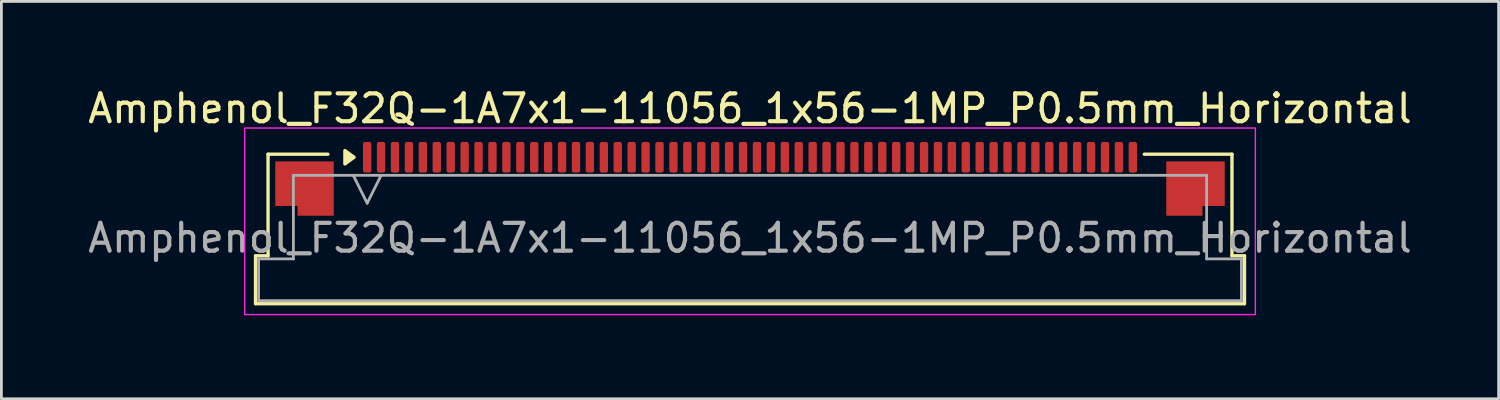
<source format=kicad_pcb>
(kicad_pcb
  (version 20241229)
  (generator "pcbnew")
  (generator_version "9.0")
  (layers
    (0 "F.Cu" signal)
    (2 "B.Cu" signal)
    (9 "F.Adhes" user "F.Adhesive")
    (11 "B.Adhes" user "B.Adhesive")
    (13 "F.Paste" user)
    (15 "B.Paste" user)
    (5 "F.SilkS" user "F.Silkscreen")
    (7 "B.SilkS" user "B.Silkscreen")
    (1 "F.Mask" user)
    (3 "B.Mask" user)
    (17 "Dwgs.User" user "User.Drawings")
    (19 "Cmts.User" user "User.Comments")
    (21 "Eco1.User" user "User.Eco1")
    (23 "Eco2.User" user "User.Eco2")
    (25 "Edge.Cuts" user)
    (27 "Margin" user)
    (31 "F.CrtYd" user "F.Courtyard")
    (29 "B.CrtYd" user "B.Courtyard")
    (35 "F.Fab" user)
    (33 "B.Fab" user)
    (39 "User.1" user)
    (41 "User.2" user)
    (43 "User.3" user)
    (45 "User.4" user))
  (footprint "Amphenol_F32Q-1A7x1-11056_1x56-1MP_P0.5mm_Horizontal"
    (layer "F.Cu")
    (at 23.887 5.498)
    (property "Reference" "Amphenol_F32Q-1A7x1-11056_1x56-1MP_P0.5mm_Horizontal" (at 0 -4.65 0) (layer "F.SilkS") (effects (font (size 1 1) (thickness 0.15))))
    (attr smd)
    (fp_line (start -17.76 0.64) (end -17.31 0.64) (stroke (width 0.12) (type solid)) (layer "F.SilkS"))
    (fp_line (start -17.76 2.36) (end -17.76 0.64) (stroke (width 0.12) (type solid)) (layer "F.SilkS"))
    (fp_line (start -17.31 -3.01) (end -15.16 -3.01) (stroke (width 0.12) (type solid)) (layer "F.SilkS"))
    (fp_line (start -17.31 0.64) (end -17.31 -3.01) (stroke (width 0.12) (type solid)) (layer "F.SilkS"))
    (fp_line (start 14.16 -3.01) (end 17.31 -3.01) (stroke (width 0.12) (type solid)) (layer "F.SilkS"))
    (fp_line (start 17.31 -3.01) (end 17.31 0.64) (stroke (width 0.12) (type solid)) (layer "F.SilkS"))
    (fp_line (start 17.31 0.64) (end 17.76 0.64) (stroke (width 0.12) (type solid)) (layer "F.SilkS"))
    (fp_line (start 17.76 0.64) (end 17.76 2.36) (stroke (width 0.12) (type solid)) (layer "F.SilkS"))
    (fp_line (start 17.76 2.36) (end -17.76 2.36) (stroke (width 0.12) (type solid)) (layer "F.SilkS"))
    (fp_poly (pts (xy -14.22 -2.9) (xy -14.55 -2.66) (xy -14.55 -3.14)) (stroke (width 0.12) (type solid)) (fill yes) (layer "F.SilkS"))
    (fp_rect (start -18.15 -3.95) (end 18.15 2.75) (stroke (width 0.05) (type solid)) (fill no) (layer "F.CrtYd"))
    (fp_line (start -17.65 0.75) (end -16.4 0.75) (stroke (width 0.1) (type solid)) (layer "F.Fab"))
    (fp_line (start -17.65 2.25) (end -17.65 0.75) (stroke (width 0.1) (type solid)) (layer "F.Fab"))
    (fp_line (start -16.4 -2.25) (end 16.4 -2.25) (stroke (width 0.1) (type solid)) (layer "F.Fab"))
    (fp_line (start -16.4 0.75) (end -16.4 -2.25) (stroke (width 0.1) (type solid)) (layer "F.Fab"))
    (fp_line (start -14.25 -2.25) (end -13.75 -1.25) (stroke (width 0.1) (type solid)) (layer "F.Fab"))
    (fp_line (start -13.75 -1.25) (end -13.25 -2.25) (stroke (width 0.1) (type solid)) (layer "F.Fab"))
    (fp_line (start 16.4 -2.25) (end 16.4 0.75) (stroke (width 0.1) (type solid)) (layer "F.Fab"))
    (fp_line (start 16.4 0.75) (end 17.65 0.75) (stroke (width 0.1) (type solid)) (layer "F.Fab"))
    (fp_line (start 17.65 0.75) (end 17.65 2.25) (stroke (width 0.1) (type solid)) (layer "F.Fab"))
    (fp_line (start 17.65 2.25) (end -17.65 2.25) (stroke (width 0.1) (type solid)) (layer "F.Fab"))
    (fp_text user "${REFERENCE}" (at 0 0 0) (layer "F.Fab") (effects (font (size 1 1) (thickness 0.15))))
    (pad "1" smd roundrect (at -13.75 -2.9) (size 0.3 1.1) (layers "F.Cu" "F.Mask" "F.Paste") (roundrect_rratio 0.25))
    (pad "2" smd roundrect (at -13.25 -2.9) (size 0.3 1.1) (layers "F.Cu" "F.Mask" "F.Paste") (roundrect_rratio 0.25))
    (pad "3" smd roundrect (at -12.75 -2.9) (size 0.3 1.1) (layers "F.Cu" "F.Mask" "F.Paste") (roundrect_rratio 0.25))
    (pad "4" smd roundrect (at -12.25 -2.9) (size 0.3 1.1) (layers "F.Cu" "F.Mask" "F.Paste") (roundrect_rratio 0.25))
    (pad "5" smd roundrect (at -11.75 -2.9) (size 0.3 1.1) (layers "F.Cu" "F.Mask" "F.Paste") (roundrect_rratio 0.25))
    (pad "6" smd roundrect (at -11.25 -2.9) (size 0.3 1.1) (layers "F.Cu" "F.Mask" "F.Paste") (roundrect_rratio 0.25))
    (pad "7" smd roundrect (at -10.75 -2.9) (size 0.3 1.1) (layers "F.Cu" "F.Mask" "F.Paste") (roundrect_rratio 0.25))
    (pad "8" smd roundrect (at -10.25 -2.9) (size 0.3 1.1) (layers "F.Cu" "F.Mask" "F.Paste") (roundrect_rratio 0.25))
    (pad "9" smd roundrect (at -9.75 -2.9) (size 0.3 1.1) (layers "F.Cu" "F.Mask" "F.Paste") (roundrect_rratio 0.25))
    (pad "10" smd roundrect (at -9.25 -2.9) (size 0.3 1.1) (layers "F.Cu" "F.Mask" "F.Paste") (roundrect_rratio 0.25))
    (pad "11" smd roundrect (at -8.75 -2.9) (size 0.3 1.1) (layers "F.Cu" "F.Mask" "F.Paste") (roundrect_rratio 0.25))
    (pad "12" smd roundrect (at -8.25 -2.9) (size 0.3 1.1) (layers "F.Cu" "F.Mask" "F.Paste") (roundrect_rratio 0.25))
    (pad "13" smd roundrect (at -7.75 -2.9) (size 0.3 1.1) (layers "F.Cu" "F.Mask" "F.Paste") (roundrect_rratio 0.25))
    (pad "14" smd roundrect (at -7.25 -2.9) (size 0.3 1.1) (layers "F.Cu" "F.Mask" "F.Paste") (roundrect_rratio 0.25))
    (pad "15" smd roundrect (at -6.75 -2.9) (size 0.3 1.1) (layers "F.Cu" "F.Mask" "F.Paste") (roundrect_rratio 0.25))
    (pad "16" smd roundrect (at -6.25 -2.9) (size 0.3 1.1) (layers "F.Cu" "F.Mask" "F.Paste") (roundrect_rratio 0.25))
    (pad "17" smd roundrect (at -5.75 -2.9) (size 0.3 1.1) (layers "F.Cu" "F.Mask" "F.Paste") (roundrect_rratio 0.25))
    (pad "18" smd roundrect (at -5.25 -2.9) (size 0.3 1.1) (layers "F.Cu" "F.Mask" "F.Paste") (roundrect_rratio 0.25))
    (pad "19" smd roundrect (at -4.75 -2.9) (size 0.3 1.1) (layers "F.Cu" "F.Mask" "F.Paste") (roundrect_rratio 0.25))
    (pad "20" smd roundrect (at -4.25 -2.9) (size 0.3 1.1) (layers "F.Cu" "F.Mask" "F.Paste") (roundrect_rratio 0.25))
    (pad "21" smd roundrect (at -3.75 -2.9) (size 0.3 1.1) (layers "F.Cu" "F.Mask" "F.Paste") (roundrect_rratio 0.25))
    (pad "22" smd roundrect (at -3.25 -2.9) (size 0.3 1.1) (layers "F.Cu" "F.Mask" "F.Paste") (roundrect_rratio 0.25))
    (pad "23" smd roundrect (at -2.75 -2.9) (size 0.3 1.1) (layers "F.Cu" "F.Mask" "F.Paste") (roundrect_rratio 0.25))
    (pad "24" smd roundrect (at -2.25 -2.9) (size 0.3 1.1) (layers "F.Cu" "F.Mask" "F.Paste") (roundrect_rratio 0.25))
    (pad "25" smd roundrect (at -1.75 -2.9) (size 0.3 1.1) (layers "F.Cu" "F.Mask" "F.Paste") (roundrect_rratio 0.25))
    (pad "26" smd roundrect (at -1.25 -2.9) (size 0.3 1.1) (layers "F.Cu" "F.Mask" "F.Paste") (roundrect_rratio 0.25))
    (pad "27" smd roundrect (at -0.75 -2.9) (size 0.3 1.1) (layers "F.Cu" "F.Mask" "F.Paste") (roundrect_rratio 0.25))
    (pad "28" smd roundrect (at -0.25 -2.9) (size 0.3 1.1) (layers "F.Cu" "F.Mask" "F.Paste") (roundrect_rratio 0.25))
    (pad "29" smd roundrect (at 0.25 -2.9) (size 0.3 1.1) (layers "F.Cu" "F.Mask" "F.Paste") (roundrect_rratio 0.25))
    (pad "30" smd roundrect (at 0.75 -2.9) (size 0.3 1.1) (layers "F.Cu" "F.Mask" "F.Paste") (roundrect_rratio 0.25))
    (pad "31" smd roundrect (at 1.25 -2.9) (size 0.3 1.1) (layers "F.Cu" "F.Mask" "F.Paste") (roundrect_rratio 0.25))
    (pad "32" smd roundrect (at 1.75 -2.9) (size 0.3 1.1) (layers "F.Cu" "F.Mask" "F.Paste") (roundrect_rratio 0.25))
    (pad "33" smd roundrect (at 2.25 -2.9) (size 0.3 1.1) (layers "F.Cu" "F.Mask" "F.Paste") (roundrect_rratio 0.25))
    (pad "34" smd roundrect (at 2.75 -2.9) (size 0.3 1.1) (layers "F.Cu" "F.Mask" "F.Paste") (roundrect_rratio 0.25))
    (pad "35" smd roundrect (at 3.25 -2.9) (size 0.3 1.1) (layers "F.Cu" "F.Mask" "F.Paste") (roundrect_rratio 0.25))
    (pad "36" smd roundrect (at 3.75 -2.9) (size 0.3 1.1) (layers "F.Cu" "F.Mask" "F.Paste") (roundrect_rratio 0.25))
    (pad "37" smd roundrect (at 4.25 -2.9) (size 0.3 1.1) (layers "F.Cu" "F.Mask" "F.Paste") (roundrect_rratio 0.25))
    (pad "38" smd roundrect (at 4.75 -2.9) (size 0.3 1.1) (layers "F.Cu" "F.Mask" "F.Paste") (roundrect_rratio 0.25))
    (pad "39" smd roundrect (at 5.25 -2.9) (size 0.3 1.1) (layers "F.Cu" "F.Mask" "F.Paste") (roundrect_rratio 0.25))
    (pad "40" smd roundrect (at 5.75 -2.9) (size 0.3 1.1) (layers "F.Cu" "F.Mask" "F.Paste") (roundrect_rratio 0.25))
    (pad "41" smd roundrect (at 6.25 -2.9) (size 0.3 1.1) (layers "F.Cu" "F.Mask" "F.Paste") (roundrect_rratio 0.25))
    (pad "42" smd roundrect (at 6.75 -2.9) (size 0.3 1.1) (layers "F.Cu" "F.Mask" "F.Paste") (roundrect_rratio 0.25))
    (pad "43" smd roundrect (at 7.25 -2.9) (size 0.3 1.1) (layers "F.Cu" "F.Mask" "F.Paste") (roundrect_rratio 0.25))
    (pad "44" smd roundrect (at 7.75 -2.9) (size 0.3 1.1) (layers "F.Cu" "F.Mask" "F.Paste") (roundrect_rratio 0.25))
    (pad "45" smd roundrect (at 8.25 -2.9) (size 0.3 1.1) (layers "F.Cu" "F.Mask" "F.Paste") (roundrect_rratio 0.25))
    (pad "46" smd roundrect (at 8.75 -2.9) (size 0.3 1.1) (layers "F.Cu" "F.Mask" "F.Paste") (roundrect_rratio 0.25))
    (pad "47" smd roundrect (at 9.25 -2.9) (size 0.3 1.1) (layers "F.Cu" "F.Mask" "F.Paste") (roundrect_rratio 0.25))
    (pad "48" smd roundrect (at 9.75 -2.9) (size 0.3 1.1) (layers "F.Cu" "F.Mask" "F.Paste") (roundrect_rratio 0.25))
    (pad "49" smd roundrect (at 10.25 -2.9) (size 0.3 1.1) (layers "F.Cu" "F.Mask" "F.Paste") (roundrect_rratio 0.25))
    (pad "50" smd roundrect (at 10.75 -2.9) (size 0.3 1.1) (layers "F.Cu" "F.Mask" "F.Paste") (roundrect_rratio 0.25))
    (pad "51" smd roundrect (at 11.25 -2.9) (size 0.3 1.1) (layers "F.Cu" "F.Mask" "F.Paste") (roundrect_rratio 0.25))
    (pad "52" smd roundrect (at 11.75 -2.9) (size 0.3 1.1) (layers "F.Cu" "F.Mask" "F.Paste") (roundrect_rratio 0.25))
    (pad "53" smd roundrect (at 12.25 -2.9) (size 0.3 1.1) (layers "F.Cu" "F.Mask" "F.Paste") (roundrect_rratio 0.25))
    (pad "54" smd roundrect (at 12.75 -2.9) (size 0.3 1.1) (layers "F.Cu" "F.Mask" "F.Paste") (roundrect_rratio 0.25))
    (pad "55" smd roundrect (at 13.25 -2.9) (size 0.3 1.1) (layers "F.Cu" "F.Mask" "F.Paste") (roundrect_rratio 0.25))
    (pad "56" smd roundrect (at 13.75 -2.9) (size 0.3 1.1) (layers "F.Cu" "F.Mask" "F.Paste") (roundrect_rratio 0.25))
    (pad "MP" smd custom (at -16 -1.775) (size 1 1) (layers "F.Cu" "F.Mask" "F.Paste") (options (anchor circle)) (primitives (gr_poly (pts (xy 1.05 -0.975) (xy 1.05 0.975) (xy -0.25 0.975) (xy -0.25 0.625) (xy -1.05 0.625) (xy -1.05 -0.975)) (width 0) (fill yes))))
    (pad "MP" smd custom (at 16 -1.775) (size 1 1) (layers "F.Cu" "F.Mask" "F.Paste") (options (anchor circle)) (primitives (gr_poly (pts (xy -1.05 -0.975) (xy -1.05 0.975) (xy 0.25 0.975) (xy 0.25 0.625) (xy 1.05 0.625) (xy 1.05 -0.975)) (width 0) (fill yes)))))
  (gr_rect
    (start -3 -3)
    (end 50.774 11.273)
    (stroke (width 0.1) (type default))
    (fill no)
    (layer "Edge.Cuts")))
</source>
